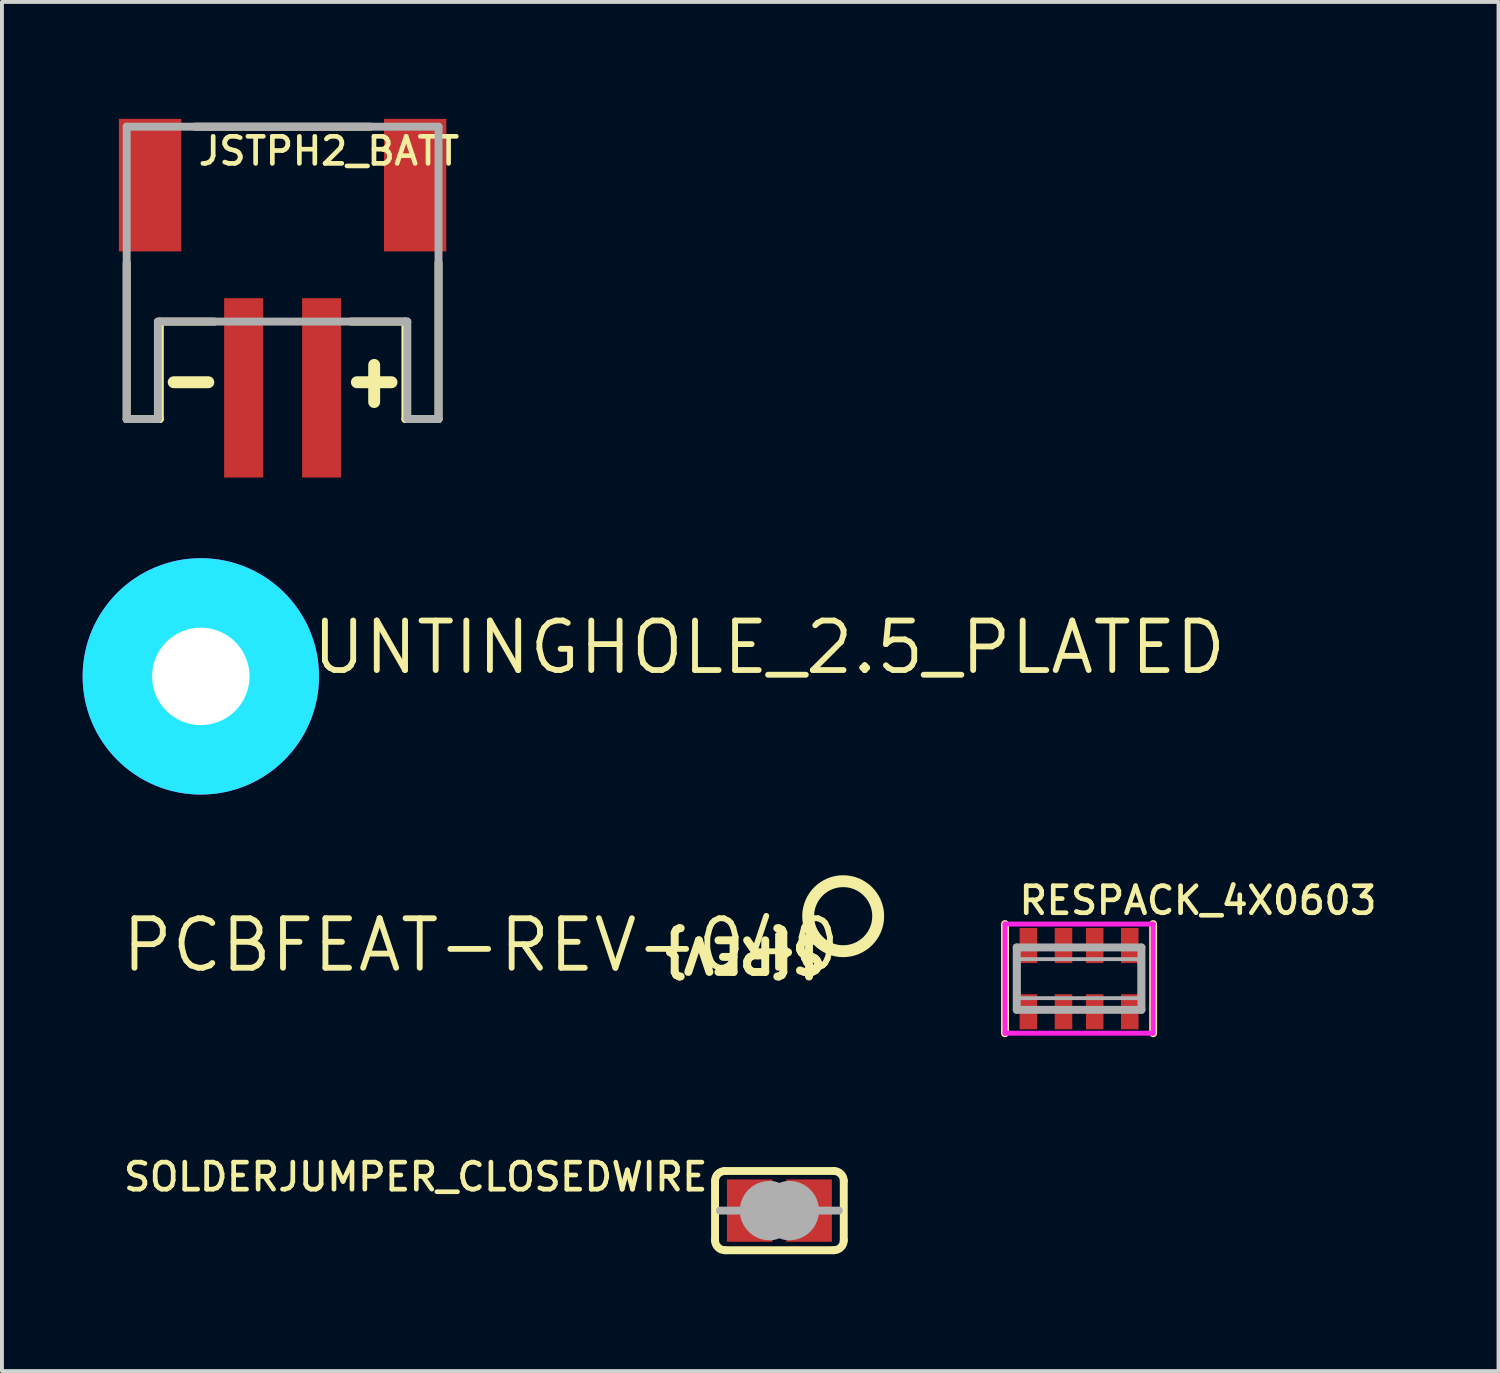
<source format=kicad_pcb>
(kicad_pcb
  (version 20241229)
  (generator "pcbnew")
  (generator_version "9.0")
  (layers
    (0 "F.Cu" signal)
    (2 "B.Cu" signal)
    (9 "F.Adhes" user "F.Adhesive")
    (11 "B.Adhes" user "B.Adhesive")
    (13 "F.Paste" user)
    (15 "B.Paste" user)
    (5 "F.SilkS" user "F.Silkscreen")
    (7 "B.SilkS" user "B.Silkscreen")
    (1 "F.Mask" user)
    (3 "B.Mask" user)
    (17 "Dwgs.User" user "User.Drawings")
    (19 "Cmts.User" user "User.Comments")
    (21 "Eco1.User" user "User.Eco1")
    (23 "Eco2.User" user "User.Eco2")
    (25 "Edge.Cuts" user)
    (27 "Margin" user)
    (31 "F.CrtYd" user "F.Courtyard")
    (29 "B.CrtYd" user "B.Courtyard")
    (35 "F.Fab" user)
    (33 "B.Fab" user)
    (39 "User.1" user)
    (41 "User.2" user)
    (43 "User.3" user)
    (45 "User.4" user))
  (footprint "JSTPH2_BATT"
    (layer "F.Cu")
    (at 4.2 3.2)
    (property "Reference" "JSTPH2_BATT" (at -2.223 -1.968 0) (unlocked yes) (layer "F.SilkS") (effects (font (size 0.693 0.693) (thickness 0.12)) (justify left bottom)))
    (fp_line (start -4 4.5) (end -4 0.5) (stroke (width 0.203) (type solid)) (layer "F.SilkS"))
    (fp_line (start -3.15 2) (end -3.15 4.5) (stroke (width 0.203) (type solid)) (layer "F.SilkS"))
    (fp_line (start -3.15 4.5) (end -4 4.5) (stroke (width 0.203) (type solid)) (layer "F.SilkS"))
    (fp_line (start -2.794 3.556) (end -1.905 3.556) (stroke (width 0.305) (type solid)) (layer "F.SilkS"))
    (fp_line (start -2.25 -3) (end 2.25 -3) (stroke (width 0.203) (type solid)) (layer "F.SilkS"))
    (fp_line (start -1.75 2) (end -3.15 2) (stroke (width 0.203) (type solid)) (layer "F.SilkS"))
    (fp_line (start 1.905 3.556) (end 2.794 3.556) (stroke (width 0.305) (type solid)) (layer "F.SilkS"))
    (fp_line (start 2.349 4.064) (end 2.349 3.111) (stroke (width 0.305) (type solid)) (layer "F.SilkS"))
    (fp_line (start 3.15 2) (end 1.75 2) (stroke (width 0.203) (type solid)) (layer "F.SilkS"))
    (fp_line (start 3.15 4.5) (end 3.15 2) (stroke (width 0.203) (type solid)) (layer "F.SilkS"))
    (fp_line (start 4 0.5) (end 4 4.5) (stroke (width 0.203) (type solid)) (layer "F.SilkS"))
    (fp_line (start 4 4.5) (end 3.15 4.5) (stroke (width 0.203) (type solid)) (layer "F.SilkS"))
    (fp_line (start -4 -3) (end 4 -3) (stroke (width 0.203) (type solid)) (layer "F.Fab"))
    (fp_line (start -4 4.5) (end -4 -3) (stroke (width 0.203) (type solid)) (layer "F.Fab"))
    (fp_line (start -3.2 2) (end -3.2 4.5) (stroke (width 0.203) (type solid)) (layer "F.Fab"))
    (fp_line (start -3.2 4.5) (end -4 4.5) (stroke (width 0.203) (type solid)) (layer "F.Fab"))
    (fp_line (start 3.2 2) (end -3.2 2) (stroke (width 0.203) (type solid)) (layer "F.Fab"))
    (fp_line (start 3.2 4.5) (end 3.2 2) (stroke (width 0.203) (type solid)) (layer "F.Fab"))
    (fp_line (start 4 -3) (end 4 4.5) (stroke (width 0.203) (type solid)) (layer "F.Fab"))
    (fp_line (start 4 4.5) (end 3.2 4.5) (stroke (width 0.203) (type solid)) (layer "F.Fab"))
    (pad "1" smd rect (at -1 3.7) (size 1 4.6) (layers "F.Cu" "F.Mask" "F.Paste"))
    (pad "2" smd rect (at 1 3.7) (size 1 4.6) (layers "F.Cu" "F.Mask" "F.Paste"))
    (pad "NC1" smd rect (at -3.4 -1.5 90) (size 3.4 1.6) (layers "F.Cu" "F.Mask" "F.Paste"))
    (pad "NC2" smd rect (at 3.4 -1.5 90) (size 3.4 1.6) (layers "F.Cu" "F.Mask" "F.Paste")))
  (footprint "PCBFEAT-REV-040"
    (layer "F.Cu")
    (at 18.581 20.454)
    (property "Reference" "PCBFEAT-REV-040" (at 0 0 0) (layer "F.SilkS") (effects (font (size 1.27 1.27) (thickness 0.15)) (justify right top)))
    (fp_circle (center 0 0) (end 0.898 0) (stroke (width 0.305) (type solid)) (fill no) (layer "F.SilkS"))
    (fp_text user "${REV}" (at -0.356 0.508 180) (unlocked yes) (layer "F.SilkS") (effects (font (size 0.813 0.813) (thickness 0.203)) (justify left bottom))))
  (footprint "RESPACK_4X0603"
    (layer "F.Cu")
    (at 24.633 22.056)
    (property "Reference" "RESPACK_4X0603" (at -1.6 -1.6 0) (unlocked yes) (layer "F.SilkS") (effects (font (size 0.693 0.693) (thickness 0.12)) (justify left bottom)))
    (fp_line (start -1.9 1.4) (end -1.9 -1.4) (stroke (width 0.203) (type solid)) (layer "F.SilkS"))
    (fp_line (start 1.9 -1.4) (end 1.9 1.4) (stroke (width 0.203) (type solid)) (layer "F.SilkS"))
    (fp_line (start -1.9 -1.4) (end 1.9 -1.4) (stroke (width 0.127) (type solid)) (layer "F.CrtYd"))
    (fp_line (start -1.9 1.4) (end -1.9 -1.4) (stroke (width 0.127) (type solid)) (layer "F.CrtYd"))
    (fp_line (start -1.9 1.4) (end 1.9 1.4) (stroke (width 0.127) (type solid)) (layer "F.CrtYd"))
    (fp_line (start 1.9 -1.4) (end 1.9 1.4) (stroke (width 0.127) (type solid)) (layer "F.CrtYd"))
    (fp_line (start -1.6 -0.8) (end 1.6 -0.8) (stroke (width 0.203) (type solid)) (layer "F.Fab"))
    (fp_line (start -1.6 0.8) (end -1.6 -0.8) (stroke (width 0.203) (type solid)) (layer "F.Fab"))
    (fp_line (start 1.6 -0.8) (end 1.6 0.8) (stroke (width 0.203) (type solid)) (layer "F.Fab"))
    (fp_line (start 1.6 0.8) (end -1.6 0.8) (stroke (width 0.203) (type solid)) (layer "F.Fab"))
    (fp_poly (pts (xy -1.55 0.5) (xy 1.55 0.5) (xy 1.55 -0.5) (xy -1.55 -0.5)) (stroke (width 0.1) (type default)) (fill no) (layer "F.Fab"))
    (pad "1" smd rect (at -1.3 0.85) (size 0.45 0.9) (layers "F.Cu" "F.Mask" "F.Paste"))
    (pad "2" smd rect (at -0.4 0.85) (size 0.45 0.9) (layers "F.Cu" "F.Mask" "F.Paste"))
    (pad "3" smd rect (at 0.4 0.85) (size 0.45 0.9) (layers "F.Cu" "F.Mask" "F.Paste"))
    (pad "4" smd rect (at 1.3 0.85) (size 0.45 0.9) (layers "F.Cu" "F.Mask" "F.Paste"))
    (pad "5" smd rect (at 1.3 -0.85) (size 0.45 0.9) (layers "F.Cu" "F.Mask" "F.Paste"))
    (pad "6" smd rect (at 0.4 -0.85) (size 0.45 0.9) (layers "F.Cu" "F.Mask" "F.Paste"))
    (pad "7" smd rect (at -0.4 -0.85) (size 0.45 0.9) (layers "F.Cu" "F.Mask" "F.Paste"))
    (pad "8" smd rect (at -1.3 -0.85) (size 0.45 0.9) (layers "F.Cu" "F.Mask" "F.Paste")))
  (footprint "SOLDERJUMPER_CLOSEDWIRE"
    (layer "F.Cu")
    (at 16.945 28.007)
    (property "Reference" "SOLDERJUMPER_CLOSEDWIRE" (at -1.778 -1.27 0) (unlocked yes) (layer "F.SilkS") (effects (font (size 0.693 0.693) (thickness 0.12)) (justify right top)))
    (fp_poly (pts (xy 1.397 0.889) (xy -1.397 0.889) (xy -1.397 -0.889) (xy 1.397 -0.889)) (stroke (width 0) (type default)) (fill yes) (layer "F.Mask"))
    (fp_line (start -1.651 0.762) (end -1.651 -0.762) (stroke (width 0.203) (type solid)) (layer "F.SilkS"))
    (fp_line (start -1.397 -1.016) (end 1.397 -1.016) (stroke (width 0.203) (type solid)) (layer "F.SilkS"))
    (fp_line (start 1.397 1.016) (end -1.397 1.016) (stroke (width 0.203) (type solid)) (layer "F.SilkS"))
    (fp_line (start 1.651 0.762) (end 1.651 -0.762) (stroke (width 0.203) (type solid)) (layer "F.SilkS"))
    (fp_arc (start -1.651 -0.762) (mid -1.576605 -0.941605) (end -1.397 -1.016) (stroke (width 0.2032) (type solid)) (layer "F.SilkS"))
    (fp_arc (start -1.397 1.016) (mid -1.576605 0.941605) (end -1.651 0.762) (stroke (width 0.2032) (type solid)) (layer "F.SilkS"))
    (fp_arc (start 1.397 -1.016) (mid 1.576605 -0.941605) (end 1.651 -0.762) (stroke (width 0.2032) (type solid)) (layer "F.SilkS"))
    (fp_arc (start 1.651 0.762) (mid 1.576605 0.941605) (end 1.397 1.016) (stroke (width 0.2032) (type solid)) (layer "F.SilkS"))
    (fp_line (start -1.016 0) (end -1.524 0) (stroke (width 0.203) (type solid)) (layer "F.Fab"))
    (fp_line (start 1.016 0) (end 1.524 0) (stroke (width 0.203) (type solid)) (layer "F.Fab"))
    (fp_arc (start -0.254 0.127) (mid -0.381 0) (end -0.254 -0.127) (stroke (width 1.27) (type solid)) (layer "F.Fab"))
    (fp_arc (start 0.254 -0.127) (mid 0.381 0) (end 0.254 0.127) (stroke (width 1.27) (type solid)) (layer "F.Fab"))
    (pad "1" smd rect (at -0.762 0 180) (size 1.168 1.6) (layers "F.Cu"))
    (pad "2" smd rect (at 0.762 0 180) (size 1.168 1.6) (layers "F.Cu"))
    (pad "WIRE" smd rect (at 0 0) (size 0.635 0.203) (layers "F.Cu")))
  (footprint "MOUNTINGHOLE_2.5_PLATED"
    (layer "F.Cu")
    (at 2.102 14.302)
    (property "Reference" "MOUNTINGHOLE_2.5_PLATED" (at 0 0 0) (layer "F.SilkS") (effects (font (size 1.27 1.27) (thickness 0.15)) (justify left bottom)))
    (fp_circle (center 0 0) (end 2 0) (stroke (width 0.203) (type solid)) (fill no) (layer "F.SilkS"))
    (fp_circle (center 0 0) (end 1 0) (stroke (width 2.032) (type solid)) (fill no) (layer "B.CrtYd"))
    (fp_circle (center 0 0) (end 1 0) (stroke (width 2.032) (type solid)) (fill no) (layer "F.CrtYd"))
    (pad "P$1" thru_hole circle (at 0 0) (size 3.2 3.2) (drill 2.5) (layers "*.Cu" "*.Mask"))
    (zone (net_name "") (layer "F.Cu") (hatch edge 0.5) (connect_pads) (min_thickness 0.25) (filled_areas_thickness no) (keepout (tracks not_allowed) (vias not_allowed) (pads not_allowed) (copperpour not_allowed) (footprints allowed)) (placement (enabled no)) (fill) (polygon (pts (xy 4.118 14.302) (xy 4.098 14.021) (xy 4.04 13.746) (xy 3.943 13.482) (xy 3.811 13.233) (xy 3.646 13.006) (xy 3.451 12.803) (xy 3.229 12.63) (xy 2.985 12.49) (xy 2.725 12.384) (xy 2.452 12.316) (xy 2.172 12.287) (xy 1.891 12.297) (xy 1.614 12.345) (xy 1.346 12.432) (xy 1.094 12.556) (xy 0.86 12.713) (xy 0.651 12.901) (xy 0.471 13.117) (xy 0.322 13.355) (xy 0.207 13.612) (xy 0.13 13.882) (xy 0.091 14.161) (xy 0.091 14.442) (xy 0.13 14.721) (xy 0.207 14.991) (xy 0.322 15.248) (xy 0.471 15.487) (xy 0.651 15.702) (xy 0.86 15.89) (xy 1.094 16.048) (xy 1.346 16.171) (xy 1.614 16.258) (xy 1.891 16.307) (xy 2.172 16.316) (xy 2.452 16.287) (xy 2.725 16.219) (xy 2.985 16.114) (xy 3.229 15.973) (xy 3.451 15.8) (xy 3.646 15.597) (xy 3.811 15.37) (xy 3.943 15.122) (xy 4.04 14.857) (xy 4.098 14.582))) (polygon (pts (xy 2.086 14.302) (xy 2.09 14.313) (xy 2.102 14.318) (xy 2.113 14.313) (xy 2.118 14.302) (xy 2.113 14.29) (xy 2.102 14.286) (xy 2.09 14.29))))
    (zone (net_name "") (layer "B.Cu") (hatch edge 0.5) (connect_pads) (min_thickness 0.25) (filled_areas_thickness no) (keepout (tracks not_allowed) (vias not_allowed) (pads not_allowed) (copperpour not_allowed) (footprints allowed)) (placement (enabled no)) (fill) (polygon (pts (xy 4.118 14.302) (xy 4.098 14.021) (xy 4.04 13.746) (xy 3.943 13.482) (xy 3.811 13.233) (xy 3.646 13.006) (xy 3.451 12.803) (xy 3.229 12.63) (xy 2.985 12.49) (xy 2.725 12.384) (xy 2.452 12.316) (xy 2.172 12.287) (xy 1.891 12.297) (xy 1.614 12.345) (xy 1.346 12.432) (xy 1.094 12.556) (xy 0.86 12.713) (xy 0.651 12.901) (xy 0.471 13.117) (xy 0.322 13.355) (xy 0.207 13.612) (xy 0.13 13.882) (xy 0.091 14.161) (xy 0.091 14.442) (xy 0.13 14.721) (xy 0.207 14.991) (xy 0.322 15.248) (xy 0.471 15.487) (xy 0.651 15.702) (xy 0.86 15.89) (xy 1.094 16.048) (xy 1.346 16.171) (xy 1.614 16.258) (xy 1.891 16.307) (xy 2.172 16.316) (xy 2.452 16.287) (xy 2.725 16.219) (xy 2.985 16.114) (xy 3.229 15.973) (xy 3.451 15.8) (xy 3.646 15.597) (xy 3.811 15.37) (xy 3.943 15.122) (xy 4.04 14.857) (xy 4.098 14.582))) (polygon (pts (xy 2.086 14.302) (xy 2.09 14.313) (xy 2.102 14.318) (xy 2.113 14.313) (xy 2.118 14.302) (xy 2.113 14.29) (xy 2.102 14.286) (xy 2.09 14.29)))))
  (gr_rect
    (start -3 -3)
    (end 35.393 32.124)
    (stroke (width 0.1) (type default))
    (fill no)
    (layer "Edge.Cuts")))
</source>
